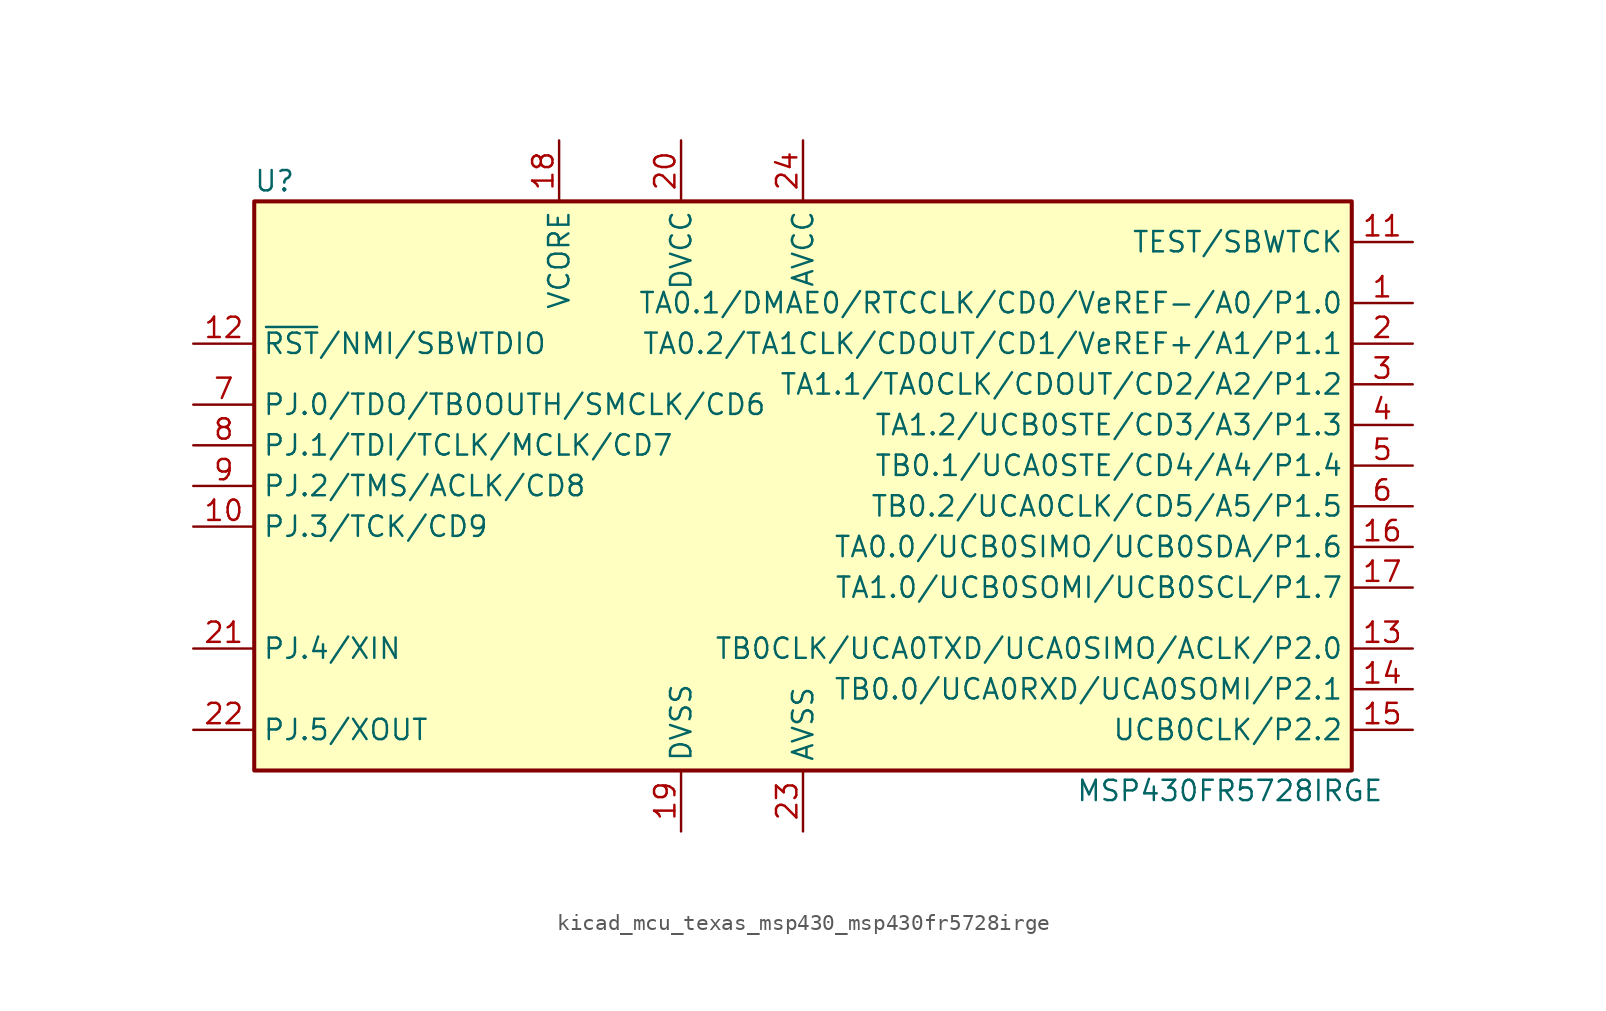
<source format=kicad_sym>
(kicad_symbol_lib
  (version 20220914)
  (generator kicad_symbol_editor)
  (symbol "kicad_mcu_texas_msp430_msp430fr5728irge"
    (property "Reference" "U"
      (at -33.02 19.05 0)
      (effects (font (size 1.27 1.27))))
    (property "Value" "MSP430FR5728IRGE"
      (at 26.67 -19.05 0)
      (effects (font (size 1.27 1.27))))
    (symbol "kicad_mcu_texas_msp430_msp430fr5728irge_0_1"
      (rectangle (start -34.29 17.78) (end 34.29 -17.78) (stroke (width 0.254) (type default)) (fill (type background))))
    (symbol "kicad_mcu_texas_msp430_msp430fr5728irge_1_1"
      (pin bidirectional line (at 38.1 11.43 180) (length 3.81) (name "TA0.1/DMAE0/RTCCLK/CD0/VeREF-/A0/P1.0" (effects (font (size 1.27 1.27)))) (number "1" (effects (font (size 1.27 1.27)))))
      (pin bidirectional line (at -38.1 -2.54 0) (length 3.81) (name "PJ.3/TCK/CD9" (effects (font (size 1.27 1.27)))) (number "10" (effects (font (size 1.27 1.27)))))
      (pin input line (at 38.1 15.24 180) (length 3.81) (name "TEST/SBWTCK" (effects (font (size 1.27 1.27)))) (number "11" (effects (font (size 1.27 1.27)))))
      (pin input line (at -38.1 8.89 0) (length 3.81) (name "~{RST}/NMI/SBWTDIO" (effects (font (size 1.27 1.27)))) (number "12" (effects (font (size 1.27 1.27)))))
      (pin input line (at 38.1 -10.16 180) (length 3.81) (name "TB0CLK/UCA0TXD/UCA0SIMO/ACLK/P2.0" (effects (font (size 1.27 1.27)))) (number "13" (effects (font (size 1.27 1.27)))))
      (pin input line (at 38.1 -12.7 180) (length 3.81) (name "TB0.0/UCA0RXD/UCA0SOMI/P2.1" (effects (font (size 1.27 1.27)))) (number "14" (effects (font (size 1.27 1.27)))))
      (pin input line (at 38.1 -15.24 180) (length 3.81) (name "UCB0CLK/P2.2" (effects (font (size 1.27 1.27)))) (number "15" (effects (font (size 1.27 1.27)))))
      (pin input line (at 38.1 -3.81 180) (length 3.81) (name "TA0.0/UCB0SIMO/UCB0SDA/P1.6" (effects (font (size 1.27 1.27)))) (number "16" (effects (font (size 1.27 1.27)))))
      (pin input line (at 38.1 -6.35 180) (length 3.81) (name "TA1.0/UCB0SOMI/UCB0SCL/P1.7" (effects (font (size 1.27 1.27)))) (number "17" (effects (font (size 1.27 1.27)))))
      (pin input line (at -15.24 21.59 270) (length 3.81) (name "VCORE" (effects (font (size 1.27 1.27)))) (number "18" (effects (font (size 1.27 1.27)))))
      (pin power_in line (at -7.62 -21.59 90) (length 3.81) (name "DVSS" (effects (font (size 1.27 1.27)))) (number "19" (effects (font (size 1.27 1.27)))))
      (pin bidirectional line (at 38.1 8.89 180) (length 3.81) (name "TA0.2/TA1CLK/CDOUT/CD1/VeREF+/A1/P1.1" (effects (font (size 1.27 1.27)))) (number "2" (effects (font (size 1.27 1.27)))))
      (pin power_in line (at -7.62 21.59 270) (length 3.81) (name "DVCC" (effects (font (size 1.27 1.27)))) (number "20" (effects (font (size 1.27 1.27)))))
      (pin input line (at -38.1 -10.16 0) (length 3.81) (name "PJ.4/XIN" (effects (font (size 1.27 1.27)))) (number "21" (effects (font (size 1.27 1.27)))))
      (pin input line (at -38.1 -15.24 0) (length 3.81) (name "PJ.5/XOUT" (effects (font (size 1.27 1.27)))) (number "22" (effects (font (size 1.27 1.27)))))
      (pin power_in line (at 0 -21.59 90) (length 3.81) (name "AVSS" (effects (font (size 1.27 1.27)))) (number "23" (effects (font (size 1.27 1.27)))))
      (pin power_in line (at 0 21.59 270) (length 3.81) (name "AVCC" (effects (font (size 1.27 1.27)))) (number "24" (effects (font (size 1.27 1.27)))))
      (pin bidirectional line (at 38.1 6.35 180) (length 3.81) (name "TA1.1/TA0CLK/CDOUT/CD2/A2/P1.2" (effects (font (size 1.27 1.27)))) (number "3" (effects (font (size 1.27 1.27)))))
      (pin bidirectional line (at 38.1 3.81 180) (length 3.81) (name "TA1.2/UCB0STE/CD3/A3/P1.3" (effects (font (size 1.27 1.27)))) (number "4" (effects (font (size 1.27 1.27)))))
      (pin bidirectional line (at 38.1 1.27 180) (length 3.81) (name "TB0.1/UCA0STE/CD4/A4/P1.4" (effects (font (size 1.27 1.27)))) (number "5" (effects (font (size 1.27 1.27)))))
      (pin bidirectional line (at 38.1 -1.27 180) (length 3.81) (name "TB0.2/UCA0CLK/CD5/A5/P1.5" (effects (font (size 1.27 1.27)))) (number "6" (effects (font (size 1.27 1.27)))))
      (pin bidirectional line (at -38.1 5.08 0) (length 3.81) (name "PJ.0/TDO/TB0OUTH/SMCLK/CD6" (effects (font (size 1.27 1.27)))) (number "7" (effects (font (size 1.27 1.27)))))
      (pin bidirectional line (at -38.1 2.54 0) (length 3.81) (name "PJ.1/TDI/TCLK/MCLK/CD7" (effects (font (size 1.27 1.27)))) (number "8" (effects (font (size 1.27 1.27)))))
      (pin bidirectional line (at -38.1 0 0) (length 3.81) (name "PJ.2/TMS/ACLK/CD8" (effects (font (size 1.27 1.27)))) (number "9" (effects (font (size 1.27 1.27))))))))
</source>
